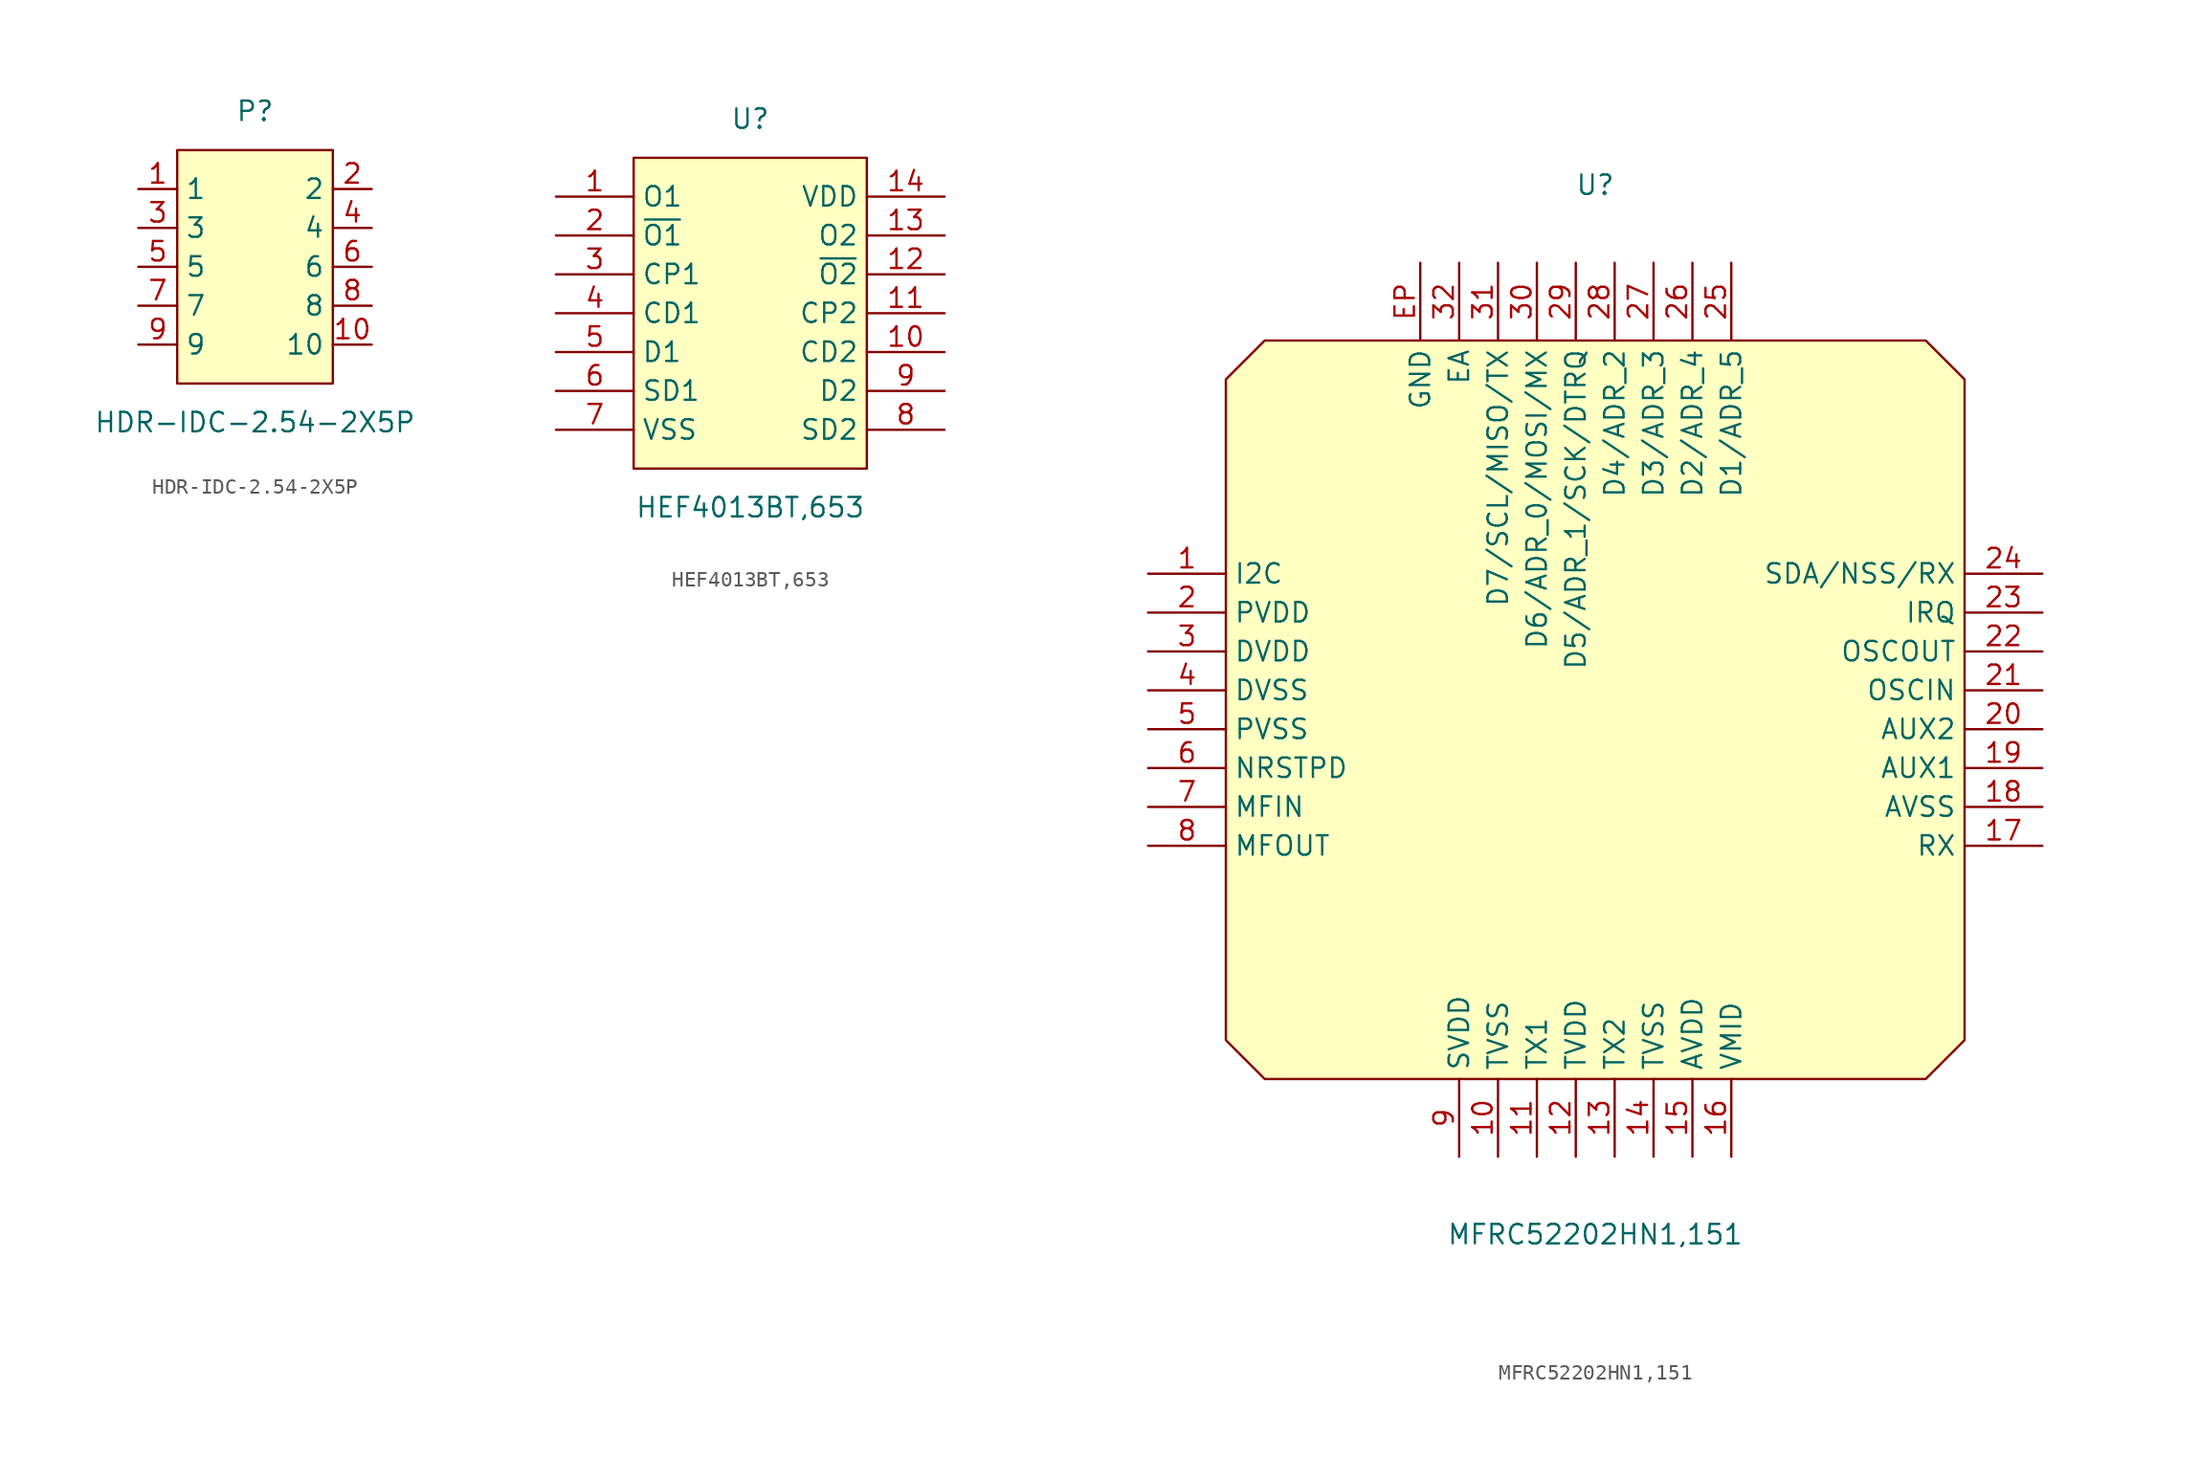
<source format=kicad_sym>
(kicad_symbol_lib
  (version 20220914)
  (generator kicad_symbol_editor)
  (symbol "HDR-IDC-2.54-2X5P"
    (property "Reference" "P"
      (at 0 10.16 0)
      (effects (font (size 1.27 1.27))))
    (property "Value" "HDR-IDC-2.54-2X5P"
      (at 0 -10.16 0)
      (effects (font (size 1.27 1.27))))
    (symbol "HDR-IDC-2.54-2X5P_0_1"
      (rectangle (start -5.08 7.62) (end 5.08 -7.62) (stroke (width 0) (type default)) (fill (type background)))
      (pin unspecified line (at -7.62 5.08 0) (length 2.54) (name "1" (effects (font (size 1.27 1.27)))) (number "1" (effects (font (size 1.27 1.27)))))
      (pin unspecified line (at 7.62 -5.08 180) (length 2.54) (name "10" (effects (font (size 1.27 1.27)))) (number "10" (effects (font (size 1.27 1.27)))))
      (pin unspecified line (at 7.62 5.08 180) (length 2.54) (name "2" (effects (font (size 1.27 1.27)))) (number "2" (effects (font (size 1.27 1.27)))))
      (pin unspecified line (at -7.62 2.54 0) (length 2.54) (name "3" (effects (font (size 1.27 1.27)))) (number "3" (effects (font (size 1.27 1.27)))))
      (pin unspecified line (at 7.62 2.54 180) (length 2.54) (name "4" (effects (font (size 1.27 1.27)))) (number "4" (effects (font (size 1.27 1.27)))))
      (pin unspecified line (at -7.62 0 0) (length 2.54) (name "5" (effects (font (size 1.27 1.27)))) (number "5" (effects (font (size 1.27 1.27)))))
      (pin unspecified line (at 7.62 0 180) (length 2.54) (name "6" (effects (font (size 1.27 1.27)))) (number "6" (effects (font (size 1.27 1.27)))))
      (pin unspecified line (at -7.62 -2.54 0) (length 2.54) (name "7" (effects (font (size 1.27 1.27)))) (number "7" (effects (font (size 1.27 1.27)))))
      (pin unspecified line (at 7.62 -2.54 180) (length 2.54) (name "8" (effects (font (size 1.27 1.27)))) (number "8" (effects (font (size 1.27 1.27)))))
      (pin unspecified line (at -7.62 -5.08 0) (length 2.54) (name "9" (effects (font (size 1.27 1.27)))) (number "9" (effects (font (size 1.27 1.27)))))))
  (symbol "HEF4013BT,653"
    (property "Reference" "U"
      (at 0 12.7 0)
      (effects (font (size 1.27 1.27))))
    (property "Value" "HEF4013BT,653"
      (at 0 -12.7 0)
      (effects (font (size 1.27 1.27))))
    (symbol "HEF4013BT,653_0_1"
      (rectangle (start -7.62 10.16) (end 7.62 -10.16) (stroke (width 0) (type default)) (fill (type background)))
      (pin unspecified line (at -12.7 7.62 0) (length 5.08) (name "O1" (effects (font (size 1.27 1.27)))) (number "1" (effects (font (size 1.27 1.27)))))
      (pin unspecified line (at 12.7 -2.54 180) (length 5.08) (name "CD2" (effects (font (size 1.27 1.27)))) (number "10" (effects (font (size 1.27 1.27)))))
      (pin unspecified line (at 12.7 0 180) (length 5.08) (name "CP2" (effects (font (size 1.27 1.27)))) (number "11" (effects (font (size 1.27 1.27)))))
      (pin unspecified line (at 12.7 2.54 180) (length 5.08) (name "~{O2}" (effects (font (size 1.27 1.27)))) (number "12" (effects (font (size 1.27 1.27)))))
      (pin unspecified line (at 12.7 5.08 180) (length 5.08) (name "O2" (effects (font (size 1.27 1.27)))) (number "13" (effects (font (size 1.27 1.27)))))
      (pin unspecified line (at 12.7 7.62 180) (length 5.08) (name "VDD" (effects (font (size 1.27 1.27)))) (number "14" (effects (font (size 1.27 1.27)))))
      (pin unspecified line (at -12.7 5.08 0) (length 5.08) (name "~{O1}" (effects (font (size 1.27 1.27)))) (number "2" (effects (font (size 1.27 1.27)))))
      (pin unspecified line (at -12.7 2.54 0) (length 5.08) (name "CP1" (effects (font (size 1.27 1.27)))) (number "3" (effects (font (size 1.27 1.27)))))
      (pin unspecified line (at -12.7 0 0) (length 5.08) (name "CD1" (effects (font (size 1.27 1.27)))) (number "4" (effects (font (size 1.27 1.27)))))
      (pin unspecified line (at -12.7 -2.54 0) (length 5.08) (name "D1" (effects (font (size 1.27 1.27)))) (number "5" (effects (font (size 1.27 1.27)))))
      (pin unspecified line (at -12.7 -5.08 0) (length 5.08) (name "SD1" (effects (font (size 1.27 1.27)))) (number "6" (effects (font (size 1.27 1.27)))))
      (pin unspecified line (at -12.7 -7.62 0) (length 5.08) (name "VSS" (effects (font (size 1.27 1.27)))) (number "7" (effects (font (size 1.27 1.27)))))
      (pin unspecified line (at 12.7 -7.62 180) (length 5.08) (name "SD2" (effects (font (size 1.27 1.27)))) (number "8" (effects (font (size 1.27 1.27)))))
      (pin unspecified line (at 12.7 -5.08 180) (length 5.08) (name "D2" (effects (font (size 1.27 1.27)))) (number "9" (effects (font (size 1.27 1.27)))))))
  (symbol "MFRC52202HN1,151"
    (property "Reference" "U"
      (at 0 34.29 0)
      (effects (font (size 1.27 1.27))))
    (property "Value" "MFRC52202HN1,151"
      (at 0 -34.29 0)
      (effects (font (size 1.27 1.27))))
    (symbol "MFRC52202HN1,151_0_1"
      (polyline (pts (xy -21.59 24.13) (xy 21.59 24.13) (xy 24.13 21.59) (xy 24.13 -21.59) (xy 21.59 -24.13) (xy -21.59 -24.13) (xy -24.13 -21.59) (xy -24.13 21.59) (xy -21.59 24.13)) (stroke (width 0) (type default)) (fill (type background)))
      (pin unspecified line (at -29.21 8.89 0) (length 5.08) (name "I2C" (effects (font (size 1.27 1.27)))) (number "1" (effects (font (size 1.27 1.27)))))
      (pin unspecified line (at -6.35 -29.21 90) (length 5.08) (name "TVSS" (effects (font (size 1.27 1.27)))) (number "10" (effects (font (size 1.27 1.27)))))
      (pin unspecified line (at -3.81 -29.21 90) (length 5.08) (name "TX1" (effects (font (size 1.27 1.27)))) (number "11" (effects (font (size 1.27 1.27)))))
      (pin unspecified line (at -1.27 -29.21 90) (length 5.08) (name "TVDD" (effects (font (size 1.27 1.27)))) (number "12" (effects (font (size 1.27 1.27)))))
      (pin unspecified line (at 1.27 -29.21 90) (length 5.08) (name "TX2" (effects (font (size 1.27 1.27)))) (number "13" (effects (font (size 1.27 1.27)))))
      (pin unspecified line (at 3.81 -29.21 90) (length 5.08) (name "TVSS" (effects (font (size 1.27 1.27)))) (number "14" (effects (font (size 1.27 1.27)))))
      (pin unspecified line (at 6.35 -29.21 90) (length 5.08) (name "AVDD" (effects (font (size 1.27 1.27)))) (number "15" (effects (font (size 1.27 1.27)))))
      (pin unspecified line (at 8.89 -29.21 90) (length 5.08) (name "VMID" (effects (font (size 1.27 1.27)))) (number "16" (effects (font (size 1.27 1.27)))))
      (pin unspecified line (at 29.21 -8.89 180) (length 5.08) (name "RX" (effects (font (size 1.27 1.27)))) (number "17" (effects (font (size 1.27 1.27)))))
      (pin unspecified line (at 29.21 -6.35 180) (length 5.08) (name "AVSS" (effects (font (size 1.27 1.27)))) (number "18" (effects (font (size 1.27 1.27)))))
      (pin unspecified line (at 29.21 -3.81 180) (length 5.08) (name "AUX1" (effects (font (size 1.27 1.27)))) (number "19" (effects (font (size 1.27 1.27)))))
      (pin unspecified line (at -29.21 6.35 0) (length 5.08) (name "PVDD" (effects (font (size 1.27 1.27)))) (number "2" (effects (font (size 1.27 1.27)))))
      (pin unspecified line (at 29.21 -1.27 180) (length 5.08) (name "AUX2" (effects (font (size 1.27 1.27)))) (number "20" (effects (font (size 1.27 1.27)))))
      (pin unspecified line (at 29.21 1.27 180) (length 5.08) (name "OSCIN" (effects (font (size 1.27 1.27)))) (number "21" (effects (font (size 1.27 1.27)))))
      (pin unspecified line (at 29.21 3.81 180) (length 5.08) (name "OSCOUT" (effects (font (size 1.27 1.27)))) (number "22" (effects (font (size 1.27 1.27)))))
      (pin unspecified line (at 29.21 6.35 180) (length 5.08) (name "IRQ" (effects (font (size 1.27 1.27)))) (number "23" (effects (font (size 1.27 1.27)))))
      (pin unspecified line (at 29.21 8.89 180) (length 5.08) (name "SDA/NSS/RX" (effects (font (size 1.27 1.27)))) (number "24" (effects (font (size 1.27 1.27)))))
      (pin unspecified line (at 8.89 29.21 270) (length 5.08) (name "D1/ADR_5" (effects (font (size 1.27 1.27)))) (number "25" (effects (font (size 1.27 1.27)))))
      (pin unspecified line (at 6.35 29.21 270) (length 5.08) (name "D2/ADR_4" (effects (font (size 1.27 1.27)))) (number "26" (effects (font (size 1.27 1.27)))))
      (pin unspecified line (at 3.81 29.21 270) (length 5.08) (name "D3/ADR_3" (effects (font (size 1.27 1.27)))) (number "27" (effects (font (size 1.27 1.27)))))
      (pin unspecified line (at 1.27 29.21 270) (length 5.08) (name "D4/ADR_2" (effects (font (size 1.27 1.27)))) (number "28" (effects (font (size 1.27 1.27)))))
      (pin unspecified line (at -1.27 29.21 270) (length 5.08) (name "D5/ADR_1/SCK/DTRQ" (effects (font (size 1.27 1.27)))) (number "29" (effects (font (size 1.27 1.27)))))
      (pin unspecified line (at -29.21 3.81 0) (length 5.08) (name "DVDD" (effects (font (size 1.27 1.27)))) (number "3" (effects (font (size 1.27 1.27)))))
      (pin unspecified line (at -3.81 29.21 270) (length 5.08) (name "D6/ADR_0/MOSI/MX" (effects (font (size 1.27 1.27)))) (number "30" (effects (font (size 1.27 1.27)))))
      (pin unspecified line (at -6.35 29.21 270) (length 5.08) (name "D7/SCL/MISO/TX" (effects (font (size 1.27 1.27)))) (number "31" (effects (font (size 1.27 1.27)))))
      (pin unspecified line (at -8.89 29.21 270) (length 5.08) (name "EA" (effects (font (size 1.27 1.27)))) (number "32" (effects (font (size 1.27 1.27)))))
      (pin unspecified line (at -29.21 1.27 0) (length 5.08) (name "DVSS" (effects (font (size 1.27 1.27)))) (number "4" (effects (font (size 1.27 1.27)))))
      (pin unspecified line (at -29.21 -1.27 0) (length 5.08) (name "PVSS" (effects (font (size 1.27 1.27)))) (number "5" (effects (font (size 1.27 1.27)))))
      (pin unspecified line (at -29.21 -3.81 0) (length 5.08) (name "NRSTPD" (effects (font (size 1.27 1.27)))) (number "6" (effects (font (size 1.27 1.27)))))
      (pin unspecified line (at -29.21 -6.35 0) (length 5.08) (name "MFIN" (effects (font (size 1.27 1.27)))) (number "7" (effects (font (size 1.27 1.27)))))
      (pin unspecified line (at -29.21 -8.89 0) (length 5.08) (name "MFOUT" (effects (font (size 1.27 1.27)))) (number "8" (effects (font (size 1.27 1.27)))))
      (pin unspecified line (at -8.89 -29.21 90) (length 5.08) (name "SVDD" (effects (font (size 1.27 1.27)))) (number "9" (effects (font (size 1.27 1.27)))))
      (pin unspecified line (at -11.43 29.21 270) (length 5.08) (name "GND" (effects (font (size 1.27 1.27)))) (number "EP" (effects (font (size 1.27 1.27))))))))
</source>
